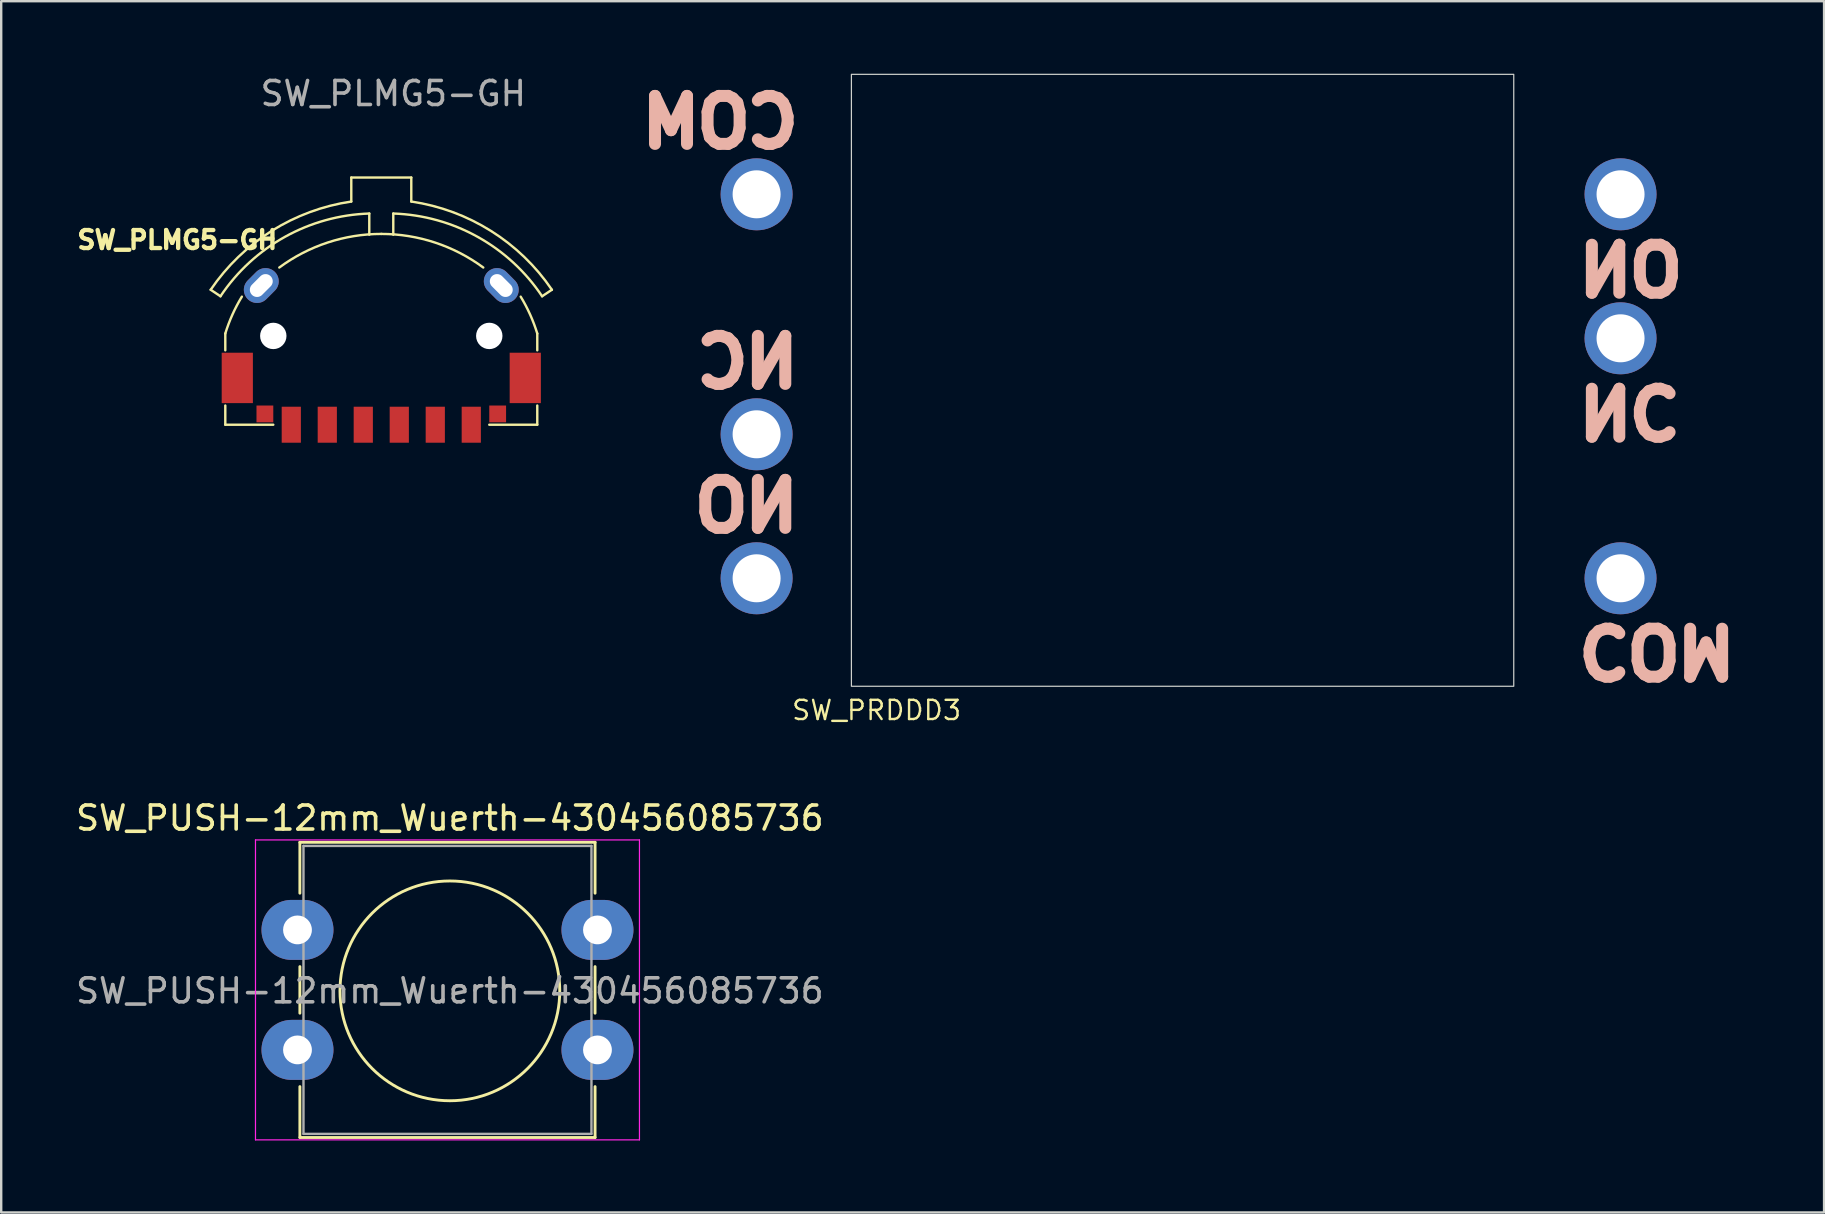
<source format=kicad_pcb>
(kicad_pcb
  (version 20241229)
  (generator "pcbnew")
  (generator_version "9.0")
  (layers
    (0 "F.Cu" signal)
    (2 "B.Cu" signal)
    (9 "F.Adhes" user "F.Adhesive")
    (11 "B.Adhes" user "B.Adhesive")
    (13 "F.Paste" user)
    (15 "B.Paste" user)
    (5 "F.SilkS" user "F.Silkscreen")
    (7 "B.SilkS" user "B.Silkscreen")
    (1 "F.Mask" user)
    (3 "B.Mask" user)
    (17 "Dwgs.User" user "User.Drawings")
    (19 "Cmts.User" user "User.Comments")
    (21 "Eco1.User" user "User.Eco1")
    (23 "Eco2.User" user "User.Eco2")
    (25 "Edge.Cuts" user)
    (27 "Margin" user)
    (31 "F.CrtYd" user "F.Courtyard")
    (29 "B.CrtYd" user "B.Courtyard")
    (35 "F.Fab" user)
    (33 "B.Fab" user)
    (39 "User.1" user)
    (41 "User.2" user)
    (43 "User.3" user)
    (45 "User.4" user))
  (footprint "SW_PRDDD3"
    (layer "F.Cu")
    (at 46.228 12.797)
    (property "Reference" "SW_PRDDD3" (at -12.75 13.75 0) (unlocked yes) (layer "F.SilkS") (effects (font (size 0.8 0.8) (thickness 0.1))))
    (attr through_hole)
    (fp_rect (start -13.8 -12.75) (end 13.8 12.75) (stroke (width 0.05) (type default)) (fill no) (layer "Edge.Cuts"))
    (fp_text user "COM" (at -15.75 -10.75 0) (unlocked yes) (layer "B.SilkS") (effects (font (size 2 2) (thickness 0.5) (bold yes)) (justify left mirror)))
    (fp_text user "NC" (at 16.25 1.25 180) (unlocked yes) (layer "B.SilkS") (effects (font (size 2 2) (thickness 0.5) (bold yes)) (justify left mirror)))
    (fp_text user "COM" (at 16.25 11.25 180) (unlocked yes) (layer "B.SilkS") (effects (font (size 2 2) (thickness 0.5) (bold yes)) (justify left mirror)))
    (fp_text user "NO" (at -15.75 5.25 0) (unlocked yes) (layer "B.SilkS") (effects (font (size 2 2) (thickness 0.5) (bold yes)) (justify left mirror)))
    (fp_text user "NO" (at 16.25 -4.75 180) (unlocked yes) (layer "B.SilkS") (effects (font (size 2 2) (thickness 0.5) (bold yes)) (justify left mirror)))
    (fp_text user "NC" (at -15.75 -0.75 0) (unlocked yes) (layer "B.SilkS") (effects (font (size 2 2) (thickness 0.5) (bold yes)) (justify left mirror)))
    (pad "1" thru_hole circle (at -17.75 2.25) (size 3 3) (drill 2) (layers "*.Cu" "*.Mask"))
    (pad "2" thru_hole circle (at -17.75 -7.75) (size 3 3) (drill 2) (layers "*.Cu" "*.Mask"))
    (pad "3" thru_hole circle (at -17.75 8.25) (size 3 3) (drill 2) (layers "*.Cu" "*.Mask"))
    (pad "4" thru_hole circle (at 18.25 -1.75) (size 3 3) (drill 2) (layers "*.Cu" "*.Mask"))
    (pad "5" thru_hole circle (at 18.25 8.25) (size 3 3) (drill 2) (layers "*.Cu" "*.Mask"))
    (pad "6" thru_hole circle (at 18.25 -7.75) (size 3 3) (drill 2) (layers "*.Cu" "*.Mask")))
  (footprint "SW_PUSH-12mm_Wuerth-430456085736"
    (layer "F.Cu")
    (at 9.346 35.699)
    (property "Reference" "SW_PUSH-12mm_Wuerth-430456085736" (at 6.35 -4.66 180) (layer "F.SilkS") (effects (font (size 1 1) (thickness 0.15))))
    (attr through_hole)
    (fp_line (start 0.1 -3.65) (end 12.4 -3.65) (stroke (width 0.12) (type solid)) (layer "F.SilkS"))
    (fp_line (start 0.1 -1.53) (end 0.1 -3.65) (stroke (width 0.12) (type solid)) (layer "F.SilkS"))
    (fp_line (start 0.1 3.47) (end 0.1 1.53) (stroke (width 0.12) (type solid)) (layer "F.SilkS"))
    (fp_line (start 0.1 8.65) (end 0.1 6.53) (stroke (width 0.12) (type solid)) (layer "F.SilkS"))
    (fp_line (start 12.4 -3.65) (end 12.4 -1.53) (stroke (width 0.12) (type solid)) (layer "F.SilkS"))
    (fp_line (start 12.4 1.53) (end 12.4 3.47) (stroke (width 0.12) (type solid)) (layer "F.SilkS"))
    (fp_line (start 12.4 6.53) (end 12.4 8.65) (stroke (width 0.12) (type solid)) (layer "F.SilkS"))
    (fp_line (start 12.4 8.65) (end 0.1 8.65) (stroke (width 0.12) (type solid)) (layer "F.SilkS"))
    (fp_circle (center 6.35 2.54) (end 10.929 2.54) (stroke (width 0.12) (type solid)) (fill no) (layer "F.SilkS"))
    (fp_line (start -1.75 -3.75) (end -1.75 8.75) (stroke (width 0.05) (type solid)) (layer "F.CrtYd"))
    (fp_line (start -1.75 8.75) (end 14.25 8.75) (stroke (width 0.05) (type solid)) (layer "F.CrtYd"))
    (fp_line (start 14.25 -3.75) (end -1.75 -3.75) (stroke (width 0.05) (type solid)) (layer "F.CrtYd"))
    (fp_line (start 14.25 8.75) (end 14.25 -3.75) (stroke (width 0.05) (type solid)) (layer "F.CrtYd"))
    (fp_line (start 0.25 -3.5) (end 0.25 8.5) (stroke (width 0.1) (type solid)) (layer "F.Fab"))
    (fp_line (start 0.25 8.5) (end 12.25 8.5) (stroke (width 0.1) (type solid)) (layer "F.Fab"))
    (fp_line (start 12.25 -3.5) (end 0.25 -3.5) (stroke (width 0.1) (type solid)) (layer "F.Fab"))
    (fp_line (start 12.25 8.5) (end 12.25 -3.5) (stroke (width 0.1) (type solid)) (layer "F.Fab"))
    (fp_text user "${REFERENCE}" (at 6.35 2.54 180) (layer "F.Fab") (effects (font (size 1 1) (thickness 0.15))))
    (pad "1" thru_hole oval (at 0 0) (size 3 2.5) (drill 1.2) (layers "*.Cu" "*.Mask"))
    (pad "1" thru_hole oval (at 12.5 0) (size 3 2.5) (drill 1.2) (layers "*.Cu" "*.Mask"))
    (pad "2" thru_hole oval (at 0 5) (size 3 2.5) (drill 1.2) (layers "*.Cu" "*.Mask"))
    (pad "2" thru_hole oval (at 12.5 5) (size 3 2.5) (drill 1.2) (layers "*.Cu" "*.Mask")))
  (footprint "SW_PLMG5-GH"
    (layer "F.Cu")
    (at 12.838 13.848)
    (property "Reference" "SW_PLMG5-GH" (at -8.5 -6.9 180) (layer "F.SilkS") (effects (font (size 0.75 0.75) (thickness 0.18))))
    (attr through_hole)
    (fp_line (start -6.701 -4.552) (end -7.109 -4.824) (stroke (width 0.1) (type default)) (layer "F.SilkS"))
    (fp_line (start -6.5 -2.3) (end -6.5 -3) (stroke (width 0.1) (type default)) (layer "F.SilkS"))
    (fp_line (start -6.5 0.8) (end -6.5 0) (stroke (width 0.1) (type default)) (layer "F.SilkS"))
    (fp_line (start -4.5 0.8) (end -6.5 0.8) (stroke (width 0.1) (type default)) (layer "F.SilkS"))
    (fp_line (start -1.25 -9.5) (end -1.25 -8.5) (stroke (width 0.1) (type default)) (layer "F.SilkS"))
    (fp_line (start -1.25 -9.5) (end 1.25 -9.5) (stroke (width 0.1) (type default)) (layer "F.SilkS"))
    (fp_line (start -0.5 -7.118) (end -0.5 -8) (stroke (width 0.1) (type default)) (layer "F.SilkS"))
    (fp_line (start 0.5 -7.118) (end 0.5 -8) (stroke (width 0.1) (type default)) (layer "F.SilkS"))
    (fp_line (start 1.25 -9.5) (end 1.25 -8.5) (stroke (width 0.1) (type default)) (layer "F.SilkS"))
    (fp_line (start 6.5 -2.3) (end 6.5 -3) (stroke (width 0.1) (type default)) (layer "F.SilkS"))
    (fp_line (start 6.5 0.8) (end 4.5 0.8) (stroke (width 0.1) (type default)) (layer "F.SilkS"))
    (fp_line (start 6.5 0.8) (end 6.5 0) (stroke (width 0.1) (type default)) (layer "F.SilkS"))
    (fp_line (start 6.701 -4.552) (end 7.109 -4.824) (stroke (width 0.1) (type default)) (layer "F.SilkS"))
    (fp_arc (start -7.109192 -4.824095) (mid -4.565862 -7.277734) (end -1.25 -8.5) (stroke (width 0.1) (type default)) (layer "F.SilkS"))
    (fp_arc (start -6.701179 -4.552009) (mid -4.018104 -7.026901) (end -0.5 -8) (stroke (width 0.1) (type default)) (layer "F.SilkS"))
    (fp_arc (start -6.5 -3) (mid -6.202323 -3.789479) (end -5.809178 -4.536021) (stroke (width 0.1) (type default)) (layer "F.SilkS"))
    (fp_arc (start -4.25 -5.749999) (mid -2.237353 -6.791115) (end 0 -7.150174) (stroke (width 0.1) (type default)) (layer "F.SilkS"))
    (fp_arc (start 0 -7.150174) (mid 2.237353 -6.791115) (end 4.25 -5.749999) (stroke (width 0.1) (type default)) (layer "F.SilkS"))
    (fp_arc (start 0.5 -8) (mid 4.018104 -7.026901) (end 6.701179 -4.552009) (stroke (width 0.1) (type default)) (layer "F.SilkS"))
    (fp_arc (start 1.25 -8.5) (mid 4.565862 -7.277734) (end 7.109192 -4.824095) (stroke (width 0.1) (type default)) (layer "F.SilkS"))
    (fp_arc (start 5.809178 -4.536021) (mid 6.202324 -3.789479) (end 6.5 -3) (stroke (width 0.1) (type default)) (layer "F.SilkS"))
    (fp_text user "${REFERENCE}" (at 0.5 -13 0) (unlocked yes) (layer "F.Fab") (effects (font (size 1 1) (thickness 0.15))))
    (pad "" thru_hole oval (at -5 -5 225) (size 1.6 1.1) (drill oval 1.1 0.6) (layers "*.Cu" "*.Mask"))
    (pad "" np_thru_hole circle (at -4.5 -2.9) (size 1.1 1.1) (drill 1.1) (layers "*.Cu" "*.Mask"))
    (pad "" np_thru_hole circle (at 4.5 -2.9) (size 1.1 1.1) (drill 1.1) (layers "*.Cu" "*.Mask"))
    (pad "" thru_hole oval (at 5 -5 135) (size 1.6 1.1) (drill oval 1.1 0.6) (layers "*.Cu" "*.Mask"))
    (pad "1" smd rect (at -3.75 0.8) (size 0.8 1.5) (layers "F.Cu" "F.Mask" "F.Paste"))
    (pad "2" smd rect (at -2.25 0.8) (size 0.8 1.5) (layers "F.Cu" "F.Mask" "F.Paste"))
    (pad "3" smd rect (at 2.25 0.8) (size 0.8 1.5) (layers "F.Cu" "F.Mask" "F.Paste"))
    (pad "4" smd rect (at 3.75 0.8) (size 0.8 1.5) (layers "F.Cu" "F.Mask" "F.Paste"))
    (pad "5" smd rect (at -0.75 0.8) (size 0.8 1.5) (layers "F.Cu" "F.Mask" "F.Paste"))
    (pad "6" smd rect (at 0.75 0.8) (size 0.8 1.5) (layers "F.Cu" "F.Mask" "F.Paste"))
    (pad "7" smd rect (at -6 -1.15) (size 1.3 2.1) (layers "F.Cu" "F.Mask" "F.Paste"))
    (pad "7" smd rect (at -4.85 0.35) (size 0.7 0.7) (layers "F.Cu" "F.Mask" "F.Paste"))
    (pad "7" smd rect (at 4.85 0.35) (size 0.7 0.7) (layers "F.Cu" "F.Mask" "F.Paste"))
    (pad "7" smd rect (at 6 -1.15) (size 1.3 2.1) (layers "F.Cu" "F.Mask" "F.Paste")))
  (gr_rect
    (start -3 -3)
    (end 72.959 47.474)
    (stroke (width 0.1) (type default))
    (fill no)
    (layer "Edge.Cuts")))
</source>
